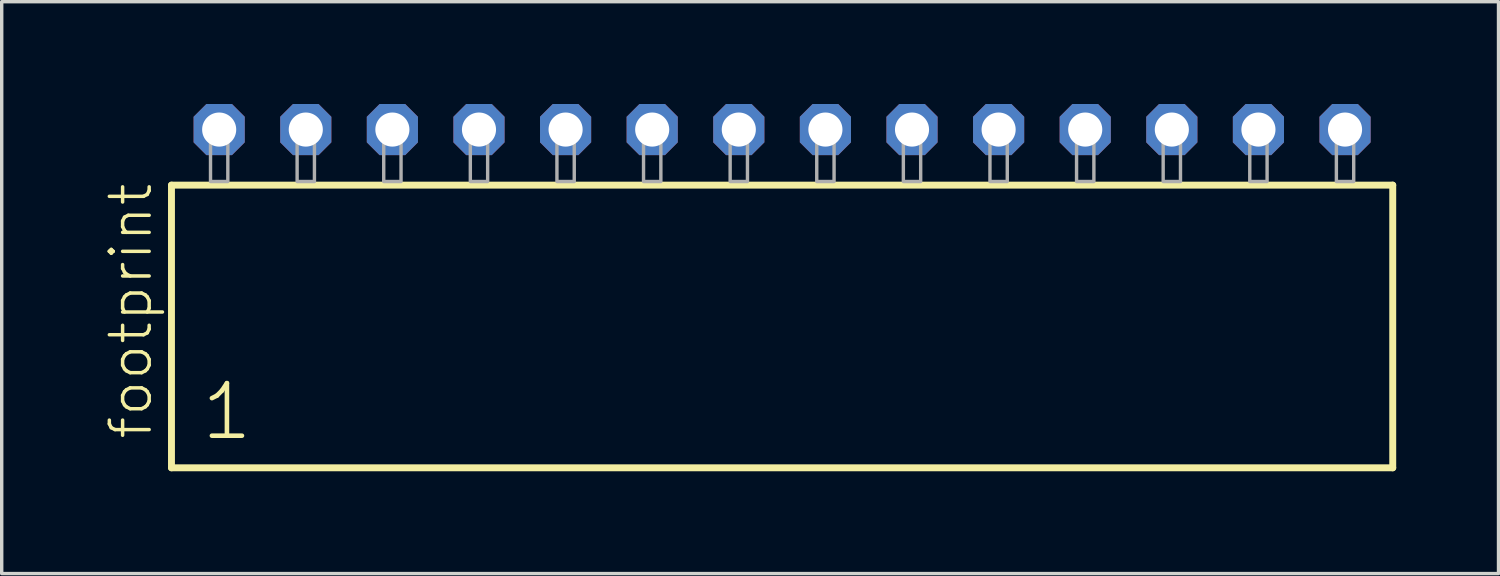
<source format=kicad_pcb>
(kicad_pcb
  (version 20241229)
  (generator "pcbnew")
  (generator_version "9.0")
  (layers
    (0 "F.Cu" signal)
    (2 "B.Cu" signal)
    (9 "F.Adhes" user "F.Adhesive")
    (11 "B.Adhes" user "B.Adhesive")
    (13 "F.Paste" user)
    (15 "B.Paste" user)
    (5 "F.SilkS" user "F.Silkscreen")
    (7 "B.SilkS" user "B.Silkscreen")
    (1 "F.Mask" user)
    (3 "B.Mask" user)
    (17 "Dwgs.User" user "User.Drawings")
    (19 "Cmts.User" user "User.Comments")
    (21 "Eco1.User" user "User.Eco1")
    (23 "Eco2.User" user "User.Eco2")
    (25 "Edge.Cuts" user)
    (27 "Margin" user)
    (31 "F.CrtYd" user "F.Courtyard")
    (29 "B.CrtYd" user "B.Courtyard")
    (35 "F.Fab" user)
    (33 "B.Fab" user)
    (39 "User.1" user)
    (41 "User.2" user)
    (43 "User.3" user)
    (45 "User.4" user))
  (footprint "footprint"
    (layer "F.Cu")
    (at 19.888 2.274)
    (property "Reference" "footprint" (at -18.415 7.62 90) (layer "F.SilkS") (effects (font (size 1.168 1.168) (thickness 0.102)) (justify left bottom)))
    (fp_line (start -17.909 0.106) (end -17.909 8.396) (stroke (width 0.203) (type solid)) (layer "F.SilkS"))
    (fp_line (start -17.909 8.396) (end 17.909 8.396) (stroke (width 0.203) (type solid)) (layer "F.SilkS"))
    (fp_line (start 17.909 0.106) (end -17.909 0.106) (stroke (width 0.203) (type solid)) (layer "F.SilkS"))
    (fp_line (start 17.909 8.396) (end 17.909 0.106) (stroke (width 0.203) (type solid)) (layer "F.SilkS"))
    (fp_poly (pts (xy -16.764 0) (xy -16.256 0) (xy -16.256 -1.778) (xy -16.764 -1.778)) (stroke (width 0.1) (type solid)) (fill no) (layer "F.Fab"))
    (fp_poly (pts (xy -14.224 0) (xy -13.716 0) (xy -13.716 -1.778) (xy -14.224 -1.778)) (stroke (width 0.1) (type solid)) (fill no) (layer "F.Fab"))
    (fp_poly (pts (xy -11.684 0) (xy -11.176 0) (xy -11.176 -1.778) (xy -11.684 -1.778)) (stroke (width 0.1) (type solid)) (fill no) (layer "F.Fab"))
    (fp_poly (pts (xy -9.144 0) (xy -8.636 0) (xy -8.636 -1.778) (xy -9.144 -1.778)) (stroke (width 0.1) (type solid)) (fill no) (layer "F.Fab"))
    (fp_poly (pts (xy -6.604 0) (xy -6.096 0) (xy -6.096 -1.778) (xy -6.604 -1.778)) (stroke (width 0.1) (type solid)) (fill no) (layer "F.Fab"))
    (fp_poly (pts (xy -4.064 0) (xy -3.556 0) (xy -3.556 -1.778) (xy -4.064 -1.778)) (stroke (width 0.1) (type solid)) (fill no) (layer "F.Fab"))
    (fp_poly (pts (xy -1.524 0) (xy -1.016 0) (xy -1.016 -1.778) (xy -1.524 -1.778)) (stroke (width 0.1) (type solid)) (fill no) (layer "F.Fab"))
    (fp_poly (pts (xy 1.016 0) (xy 1.524 0) (xy 1.524 -1.778) (xy 1.016 -1.778)) (stroke (width 0.1) (type solid)) (fill no) (layer "F.Fab"))
    (fp_poly (pts (xy 3.556 0) (xy 4.064 0) (xy 4.064 -1.778) (xy 3.556 -1.778)) (stroke (width 0.1) (type solid)) (fill no) (layer "F.Fab"))
    (fp_poly (pts (xy 6.096 0) (xy 6.604 0) (xy 6.604 -1.778) (xy 6.096 -1.778)) (stroke (width 0.1) (type solid)) (fill no) (layer "F.Fab"))
    (fp_poly (pts (xy 8.636 0) (xy 9.144 0) (xy 9.144 -1.778) (xy 8.636 -1.778)) (stroke (width 0.1) (type solid)) (fill no) (layer "F.Fab"))
    (fp_poly (pts (xy 11.176 0) (xy 11.684 0) (xy 11.684 -1.778) (xy 11.176 -1.778)) (stroke (width 0.1) (type solid)) (fill no) (layer "F.Fab"))
    (fp_poly (pts (xy 13.716 0) (xy 14.224 0) (xy 14.224 -1.778) (xy 13.716 -1.778)) (stroke (width 0.1) (type solid)) (fill no) (layer "F.Fab"))
    (fp_poly (pts (xy 16.256 0) (xy 16.764 0) (xy 16.764 -1.778) (xy 16.256 -1.778)) (stroke (width 0.1) (type solid)) (fill no) (layer "F.Fab"))
    (fp_text user "1" (at -17.105 7.65 0) (layer "F.SilkS") (effects (font (size 1.542 1.542) (thickness 0.134)) (justify left bottom)))
    (pad "1" thru_hole roundrect (at -16.51 -1.524) (size 1.5 1.5) (drill 1) (layers "*.Cu" "*.Mask") (roundrect_rratio 0.25) (chamfer_ratio 0.25) (chamfer top_left top_right bottom_left bottom_right))
    (pad "2" thru_hole roundrect (at -13.97 -1.524) (size 1.5 1.5) (drill 1) (layers "*.Cu" "*.Mask") (roundrect_rratio 0.25) (chamfer_ratio 0.25) (chamfer top_left top_right bottom_left bottom_right))
    (pad "3" thru_hole roundrect (at -11.43 -1.524) (size 1.5 1.5) (drill 1) (layers "*.Cu" "*.Mask") (roundrect_rratio 0.25) (chamfer_ratio 0.25) (chamfer top_left top_right bottom_left bottom_right))
    (pad "4" thru_hole roundrect (at -8.89 -1.524) (size 1.5 1.5) (drill 1) (layers "*.Cu" "*.Mask") (roundrect_rratio 0.25) (chamfer_ratio 0.25) (chamfer top_left top_right bottom_left bottom_right))
    (pad "5" thru_hole roundrect (at -6.35 -1.524) (size 1.5 1.5) (drill 1) (layers "*.Cu" "*.Mask") (roundrect_rratio 0.25) (chamfer_ratio 0.25) (chamfer top_left top_right bottom_left bottom_right))
    (pad "6" thru_hole roundrect (at -3.81 -1.524) (size 1.5 1.5) (drill 1) (layers "*.Cu" "*.Mask") (roundrect_rratio 0.25) (chamfer_ratio 0.25) (chamfer top_left top_right bottom_left bottom_right))
    (pad "7" thru_hole roundrect (at -1.27 -1.524) (size 1.5 1.5) (drill 1) (layers "*.Cu" "*.Mask") (roundrect_rratio 0.25) (chamfer_ratio 0.25) (chamfer top_left top_right bottom_left bottom_right))
    (pad "8" thru_hole roundrect (at 1.27 -1.524) (size 1.5 1.5) (drill 1) (layers "*.Cu" "*.Mask") (roundrect_rratio 0.25) (chamfer_ratio 0.25) (chamfer top_left top_right bottom_left bottom_right))
    (pad "9" thru_hole roundrect (at 3.81 -1.524) (size 1.5 1.5) (drill 1) (layers "*.Cu" "*.Mask") (roundrect_rratio 0.25) (chamfer_ratio 0.25) (chamfer top_left top_right bottom_left bottom_right))
    (pad "10" thru_hole roundrect (at 6.35 -1.524) (size 1.5 1.5) (drill 1) (layers "*.Cu" "*.Mask") (roundrect_rratio 0.25) (chamfer_ratio 0.25) (chamfer top_left top_right bottom_left bottom_right))
    (pad "11" thru_hole roundrect (at 8.89 -1.524) (size 1.5 1.5) (drill 1) (layers "*.Cu" "*.Mask") (roundrect_rratio 0.25) (chamfer_ratio 0.25) (chamfer top_left top_right bottom_left bottom_right))
    (pad "12" thru_hole roundrect (at 11.43 -1.524) (size 1.5 1.5) (drill 1) (layers "*.Cu" "*.Mask") (roundrect_rratio 0.25) (chamfer_ratio 0.25) (chamfer top_left top_right bottom_left bottom_right))
    (pad "13" thru_hole roundrect (at 13.97 -1.524) (size 1.5 1.5) (drill 1) (layers "*.Cu" "*.Mask") (roundrect_rratio 0.25) (chamfer_ratio 0.25) (chamfer top_left top_right bottom_left bottom_right))
    (pad "14" thru_hole roundrect (at 16.51 -1.524) (size 1.5 1.5) (drill 1) (layers "*.Cu" "*.Mask") (roundrect_rratio 0.25) (chamfer_ratio 0.25) (chamfer top_left top_right bottom_left bottom_right)))
  (gr_rect
    (start -3 -3)
    (end 40.899 13.772)
    (stroke (width 0.1) (type default))
    (fill no)
    (layer "Edge.Cuts")))
</source>
